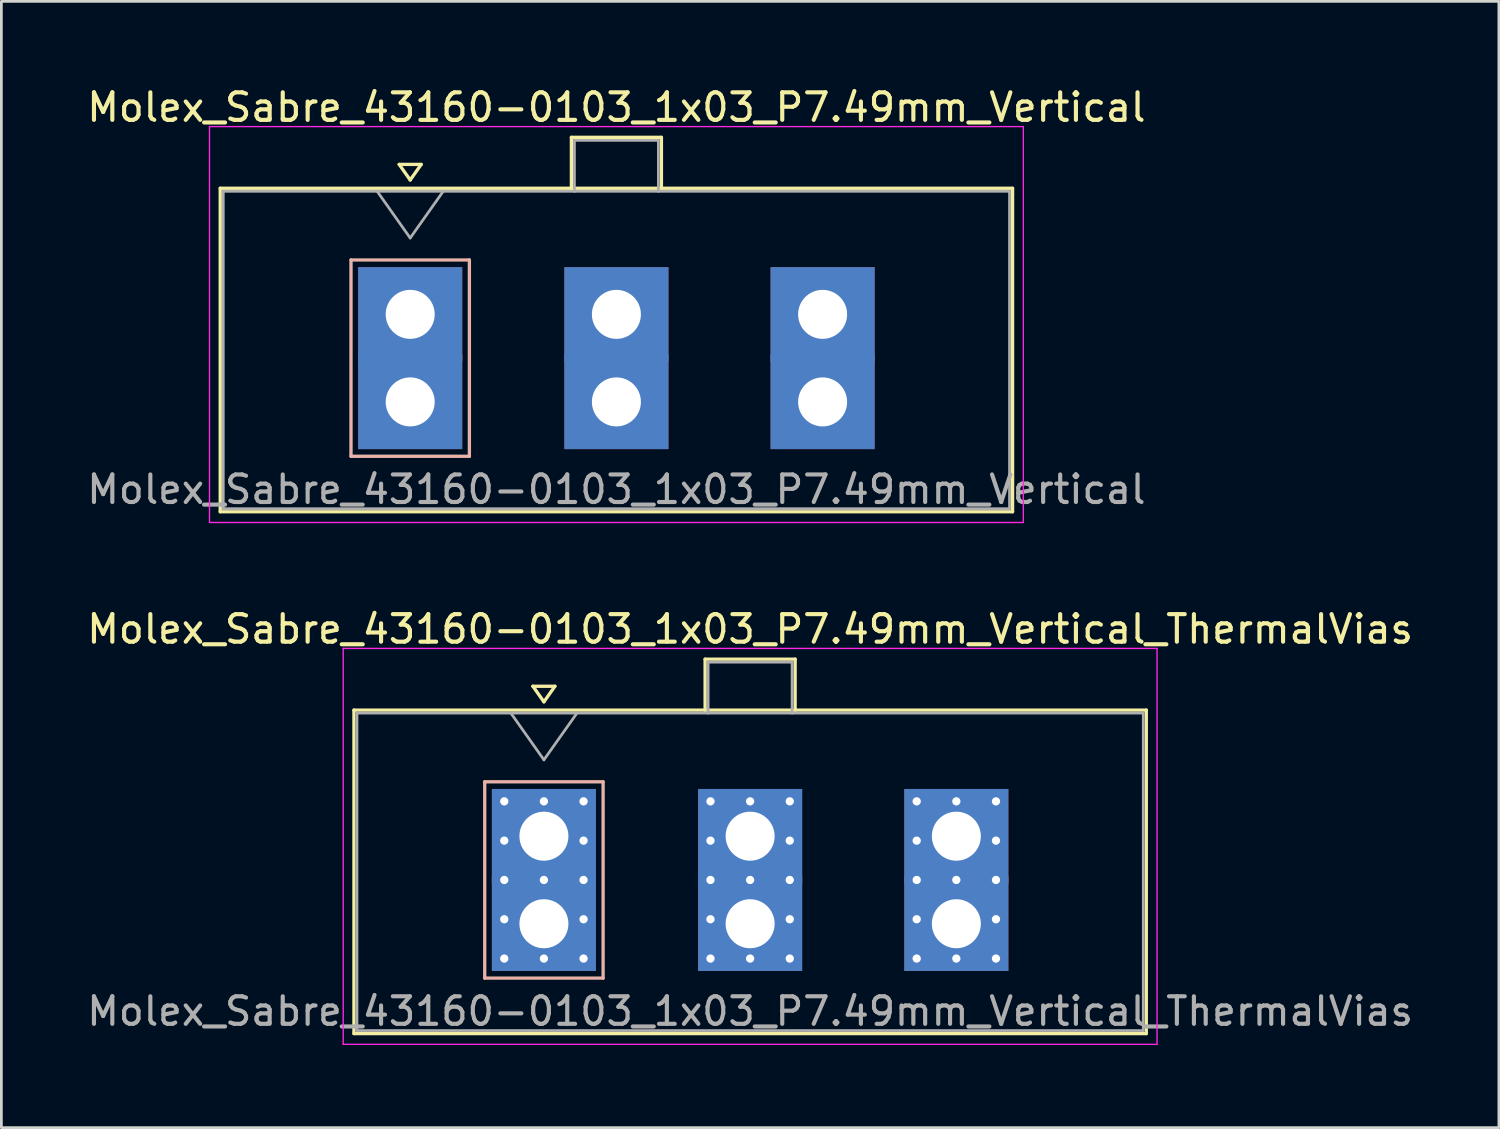
<source format=kicad_pcb>
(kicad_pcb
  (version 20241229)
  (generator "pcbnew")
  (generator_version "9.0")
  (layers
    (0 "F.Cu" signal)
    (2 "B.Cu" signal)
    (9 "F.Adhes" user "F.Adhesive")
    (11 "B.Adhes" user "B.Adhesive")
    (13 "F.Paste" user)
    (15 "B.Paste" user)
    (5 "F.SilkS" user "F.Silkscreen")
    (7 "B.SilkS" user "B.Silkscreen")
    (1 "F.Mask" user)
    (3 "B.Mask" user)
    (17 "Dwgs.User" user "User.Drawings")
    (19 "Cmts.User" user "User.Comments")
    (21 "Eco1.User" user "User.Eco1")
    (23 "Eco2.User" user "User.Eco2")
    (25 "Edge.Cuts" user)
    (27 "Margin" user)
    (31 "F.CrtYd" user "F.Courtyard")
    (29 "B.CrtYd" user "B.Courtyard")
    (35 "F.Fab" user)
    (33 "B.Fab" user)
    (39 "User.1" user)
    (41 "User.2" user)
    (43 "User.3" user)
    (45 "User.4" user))
  (footprint "Molex_Sabre_43160-0103_1x03_P7.49mm_Vertical"
    (layer "F.Cu")
    (at 11.849 11.548)
    (property "Reference" "Molex_Sabre_43160-0103_1x03_P7.49mm_Vertical" (at 7.49 -10.7 0) (layer "F.SilkS") (effects (font (size 1 1) (thickness 0.15))))
    (attr through_hole)
    (fp_line (start -6.9 -7.76) (end -6.9 3.99) (stroke (width 0.12) (type solid)) (layer "F.SilkS"))
    (fp_line (start -6.9 3.99) (end 21.88 3.99) (stroke (width 0.12) (type solid)) (layer "F.SilkS"))
    (fp_line (start -0.4 -8.626) (end 0 -8.06) (stroke (width 0.12) (type solid)) (layer "F.SilkS"))
    (fp_line (start 0 -8.06) (end 0.4 -8.626) (stroke (width 0.12) (type solid)) (layer "F.SilkS"))
    (fp_line (start 0.4 -8.626) (end -0.4 -8.626) (stroke (width 0.12) (type solid)) (layer "F.SilkS"))
    (fp_line (start 5.855 -9.61) (end 9.125 -9.61) (stroke (width 0.12) (type solid)) (layer "F.SilkS"))
    (fp_line (start 5.855 -7.76) (end 5.855 -9.61) (stroke (width 0.12) (type solid)) (layer "F.SilkS"))
    (fp_line (start 9.125 -9.61) (end 9.125 -7.76) (stroke (width 0.12) (type solid)) (layer "F.SilkS"))
    (fp_line (start 21.88 -7.76) (end -6.9 -7.76) (stroke (width 0.12) (type solid)) (layer "F.SilkS"))
    (fp_line (start 21.88 3.99) (end 21.88 -7.76) (stroke (width 0.12) (type solid)) (layer "F.SilkS"))
    (fp_line (start -2.15 -5.155) (end -2.15 1.975) (stroke (width 0.12) (type solid)) (layer "B.SilkS"))
    (fp_line (start -2.15 1.975) (end 2.15 1.975) (stroke (width 0.12) (type solid)) (layer "B.SilkS"))
    (fp_line (start 2.15 -5.155) (end -2.15 -5.155) (stroke (width 0.12) (type solid)) (layer "B.SilkS"))
    (fp_line (start 2.15 1.975) (end 2.15 -5.155) (stroke (width 0.12) (type solid)) (layer "B.SilkS"))
    (fp_line (start -7.29 -10) (end -7.29 4.38) (stroke (width 0.05) (type solid)) (layer "F.CrtYd"))
    (fp_line (start -7.29 4.38) (end 22.27 4.38) (stroke (width 0.05) (type solid)) (layer "F.CrtYd"))
    (fp_line (start 22.27 -10) (end -7.29 -10) (stroke (width 0.05) (type solid)) (layer "F.CrtYd"))
    (fp_line (start 22.27 4.38) (end 22.27 -10) (stroke (width 0.05) (type solid)) (layer "F.CrtYd"))
    (fp_line (start -6.79 -7.65) (end -6.79 3.88) (stroke (width 0.1) (type solid)) (layer "F.Fab"))
    (fp_line (start -6.79 3.88) (end 21.77 3.88) (stroke (width 0.1) (type solid)) (layer "F.Fab"))
    (fp_line (start -1.2 -7.65) (end 0 -5.953) (stroke (width 0.1) (type solid)) (layer "F.Fab"))
    (fp_line (start 0 -5.953) (end 1.2 -7.65) (stroke (width 0.1) (type solid)) (layer "F.Fab"))
    (fp_line (start 5.965 -9.5) (end 9.015 -9.5) (stroke (width 0.1) (type solid)) (layer "F.Fab"))
    (fp_line (start 5.965 -7.65) (end 5.965 -9.5) (stroke (width 0.1) (type solid)) (layer "F.Fab"))
    (fp_line (start 9.015 -9.5) (end 9.015 -7.65) (stroke (width 0.1) (type solid)) (layer "F.Fab"))
    (fp_line (start 21.77 -7.65) (end -6.79 -7.65) (stroke (width 0.1) (type solid)) (layer "F.Fab"))
    (fp_line (start 21.77 3.88) (end 21.77 -7.65) (stroke (width 0.1) (type solid)) (layer "F.Fab"))
    (fp_text user "${REFERENCE}" (at 7.49 3.18 0) (layer "F.Fab") (effects (font (size 1 1) (thickness 0.15))))
    (pad "1" thru_hole rect (at 0 -3.18) (size 3.78 3.43) (drill 1.78) (layers "*.Cu" "*.Mask"))
    (pad "1" thru_hole rect (at 0 0) (size 3.78 3.43) (drill 1.78) (layers "*.Cu" "*.Mask"))
    (pad "2" thru_hole rect (at 7.49 -3.18) (size 3.78 3.43) (drill 1.78) (layers "*.Cu" "*.Mask"))
    (pad "2" thru_hole rect (at 7.49 0) (size 3.78 3.43) (drill 1.78) (layers "*.Cu" "*.Mask"))
    (pad "3" thru_hole rect (at 14.98 -3.18) (size 3.78 3.43) (drill 1.78) (layers "*.Cu" "*.Mask"))
    (pad "3" thru_hole rect (at 14.98 0) (size 3.78 3.43) (drill 1.78) (layers "*.Cu" "*.Mask")))
  (footprint "Molex_Sabre_43160-0103_1x03_P7.49mm_Vertical_ThermalVias"
    (layer "F.Cu")
    (at 16.706 30.502)
    (property "Reference" "Molex_Sabre_43160-0103_1x03_P7.49mm_Vertical_ThermalVias" (at 7.49 -10.7 0) (layer "F.SilkS") (effects (font (size 1 1) (thickness 0.15))))
    (attr through_hole)
    (fp_line (start -6.9 -7.76) (end -6.9 3.99) (stroke (width 0.12) (type solid)) (layer "F.SilkS"))
    (fp_line (start -6.9 3.99) (end 21.88 3.99) (stroke (width 0.12) (type solid)) (layer "F.SilkS"))
    (fp_line (start -0.4 -8.626) (end 0 -8.06) (stroke (width 0.12) (type solid)) (layer "F.SilkS"))
    (fp_line (start 0 -8.06) (end 0.4 -8.626) (stroke (width 0.12) (type solid)) (layer "F.SilkS"))
    (fp_line (start 0.4 -8.626) (end -0.4 -8.626) (stroke (width 0.12) (type solid)) (layer "F.SilkS"))
    (fp_line (start 5.855 -9.61) (end 9.125 -9.61) (stroke (width 0.12) (type solid)) (layer "F.SilkS"))
    (fp_line (start 5.855 -7.76) (end 5.855 -9.61) (stroke (width 0.12) (type solid)) (layer "F.SilkS"))
    (fp_line (start 9.125 -9.61) (end 9.125 -7.76) (stroke (width 0.12) (type solid)) (layer "F.SilkS"))
    (fp_line (start 21.88 -7.76) (end -6.9 -7.76) (stroke (width 0.12) (type solid)) (layer "F.SilkS"))
    (fp_line (start 21.88 3.99) (end 21.88 -7.76) (stroke (width 0.12) (type solid)) (layer "F.SilkS"))
    (fp_line (start -2.15 -5.155) (end -2.15 1.975) (stroke (width 0.12) (type solid)) (layer "B.SilkS"))
    (fp_line (start -2.15 1.975) (end 2.15 1.975) (stroke (width 0.12) (type solid)) (layer "B.SilkS"))
    (fp_line (start 2.15 -5.155) (end -2.15 -5.155) (stroke (width 0.12) (type solid)) (layer "B.SilkS"))
    (fp_line (start 2.15 1.975) (end 2.15 -5.155) (stroke (width 0.12) (type solid)) (layer "B.SilkS"))
    (fp_line (start -7.29 -10) (end -7.29 4.38) (stroke (width 0.05) (type solid)) (layer "F.CrtYd"))
    (fp_line (start -7.29 4.38) (end 22.27 4.38) (stroke (width 0.05) (type solid)) (layer "F.CrtYd"))
    (fp_line (start 22.27 -10) (end -7.29 -10) (stroke (width 0.05) (type solid)) (layer "F.CrtYd"))
    (fp_line (start 22.27 4.38) (end 22.27 -10) (stroke (width 0.05) (type solid)) (layer "F.CrtYd"))
    (fp_line (start -6.79 -7.65) (end -6.79 3.88) (stroke (width 0.1) (type solid)) (layer "F.Fab"))
    (fp_line (start -6.79 3.88) (end 21.77 3.88) (stroke (width 0.1) (type solid)) (layer "F.Fab"))
    (fp_line (start -1.2 -7.65) (end 0 -5.953) (stroke (width 0.1) (type solid)) (layer "F.Fab"))
    (fp_line (start 0 -5.953) (end 1.2 -7.65) (stroke (width 0.1) (type solid)) (layer "F.Fab"))
    (fp_line (start 5.965 -9.5) (end 9.015 -9.5) (stroke (width 0.1) (type solid)) (layer "F.Fab"))
    (fp_line (start 5.965 -7.65) (end 5.965 -9.5) (stroke (width 0.1) (type solid)) (layer "F.Fab"))
    (fp_line (start 9.015 -9.5) (end 9.015 -7.65) (stroke (width 0.1) (type solid)) (layer "F.Fab"))
    (fp_line (start 21.77 -7.65) (end -6.79 -7.65) (stroke (width 0.1) (type solid)) (layer "F.Fab"))
    (fp_line (start 21.77 3.88) (end 21.77 -7.65) (stroke (width 0.1) (type solid)) (layer "F.Fab"))
    (fp_text user "${REFERENCE}" (at 7.49 3.18 0) (layer "F.Fab") (effects (font (size 1 1) (thickness 0.15))))
    (pad "1" thru_hole rect (at -1.44 -4.445) (size 0.6 0.6) (drill 0.3) (layers "*.Cu" "*.Mask"))
    (pad "1" thru_hole rect (at -1.44 -3.018) (size 0.6 0.6) (drill 0.3) (layers "*.Cu" "*.Mask"))
    (pad "1" thru_hole rect (at -1.44 -1.59) (size 0.6 0.6) (drill 0.3) (layers "*.Cu" "*.Mask"))
    (pad "1" thru_hole rect (at -1.44 -0.163) (size 0.6 0.6) (drill 0.3) (layers "*.Cu" "*.Mask"))
    (pad "1" thru_hole rect (at -1.44 1.265) (size 0.6 0.6) (drill 0.3) (layers "*.Cu" "*.Mask"))
    (pad "1" thru_hole rect (at 0 -4.445) (size 0.6 0.6) (drill 0.3) (layers "*.Cu" "*.Mask"))
    (pad "1" thru_hole rect (at 0 -3.18) (size 3.78 3.43) (drill 1.78) (layers "*.Cu" "*.Mask"))
    (pad "1" thru_hole rect (at 0 -1.59) (size 0.6 0.6) (drill 0.3) (layers "*.Cu" "*.Mask"))
    (pad "1" thru_hole rect (at 0 0) (size 3.78 3.43) (drill 1.78) (layers "*.Cu" "*.Mask"))
    (pad "1" thru_hole rect (at 0 1.265) (size 0.6 0.6) (drill 0.3) (layers "*.Cu" "*.Mask"))
    (pad "1" thru_hole rect (at 1.44 -4.445) (size 0.6 0.6) (drill 0.3) (layers "*.Cu" "*.Mask"))
    (pad "1" thru_hole rect (at 1.44 -3.018) (size 0.6 0.6) (drill 0.3) (layers "*.Cu" "*.Mask"))
    (pad "1" thru_hole rect (at 1.44 -1.59) (size 0.6 0.6) (drill 0.3) (layers "*.Cu" "*.Mask"))
    (pad "1" thru_hole rect (at 1.44 -0.163) (size 0.6 0.6) (drill 0.3) (layers "*.Cu" "*.Mask"))
    (pad "1" thru_hole rect (at 1.44 1.265) (size 0.6 0.6) (drill 0.3) (layers "*.Cu" "*.Mask"))
    (pad "2" thru_hole circle (at 6.05 -4.445) (size 0.6 0.6) (drill 0.3) (layers "*.Cu" "*.Mask"))
    (pad "2" thru_hole circle (at 6.05 -3.018) (size 0.6 0.6) (drill 0.3) (layers "*.Cu" "*.Mask"))
    (pad "2" thru_hole circle (at 6.05 -1.59) (size 0.6 0.6) (drill 0.3) (layers "*.Cu" "*.Mask"))
    (pad "2" thru_hole circle (at 6.05 -0.163) (size 0.6 0.6) (drill 0.3) (layers "*.Cu" "*.Mask"))
    (pad "2" thru_hole circle (at 6.05 1.265) (size 0.6 0.6) (drill 0.3) (layers "*.Cu" "*.Mask"))
    (pad "2" thru_hole circle (at 7.49 -4.445) (size 0.6 0.6) (drill 0.3) (layers "*.Cu" "*.Mask"))
    (pad "2" thru_hole rect (at 7.49 -3.18) (size 3.78 3.43) (drill 1.78) (layers "*.Cu" "*.Mask"))
    (pad "2" thru_hole circle (at 7.49 -1.59) (size 0.6 0.6) (drill 0.3) (layers "*.Cu" "*.Mask"))
    (pad "2" thru_hole rect (at 7.49 0) (size 3.78 3.43) (drill 1.78) (layers "*.Cu" "*.Mask"))
    (pad "2" thru_hole circle (at 7.49 1.265) (size 0.6 0.6) (drill 0.3) (layers "*.Cu" "*.Mask"))
    (pad "2" thru_hole circle (at 8.93 -4.445) (size 0.6 0.6) (drill 0.3) (layers "*.Cu" "*.Mask"))
    (pad "2" thru_hole circle (at 8.93 -3.018) (size 0.6 0.6) (drill 0.3) (layers "*.Cu" "*.Mask"))
    (pad "2" thru_hole circle (at 8.93 -1.59) (size 0.6 0.6) (drill 0.3) (layers "*.Cu" "*.Mask"))
    (pad "2" thru_hole circle (at 8.93 -0.163) (size 0.6 0.6) (drill 0.3) (layers "*.Cu" "*.Mask"))
    (pad "2" thru_hole circle (at 8.93 1.265) (size 0.6 0.6) (drill 0.3) (layers "*.Cu" "*.Mask"))
    (pad "3" thru_hole circle (at 13.54 -4.445) (size 0.6 0.6) (drill 0.3) (layers "*.Cu" "*.Mask"))
    (pad "3" thru_hole circle (at 13.54 -3.018) (size 0.6 0.6) (drill 0.3) (layers "*.Cu" "*.Mask"))
    (pad "3" thru_hole circle (at 13.54 -1.59) (size 0.6 0.6) (drill 0.3) (layers "*.Cu" "*.Mask"))
    (pad "3" thru_hole circle (at 13.54 -0.163) (size 0.6 0.6) (drill 0.3) (layers "*.Cu" "*.Mask"))
    (pad "3" thru_hole circle (at 13.54 1.265) (size 0.6 0.6) (drill 0.3) (layers "*.Cu" "*.Mask"))
    (pad "3" thru_hole circle (at 14.98 -4.445) (size 0.6 0.6) (drill 0.3) (layers "*.Cu" "*.Mask"))
    (pad "3" thru_hole rect (at 14.98 -3.18) (size 3.78 3.43) (drill 1.78) (layers "*.Cu" "*.Mask"))
    (pad "3" thru_hole circle (at 14.98 -1.59) (size 0.6 0.6) (drill 0.3) (layers "*.Cu" "*.Mask"))
    (pad "3" thru_hole rect (at 14.98 0) (size 3.78 3.43) (drill 1.78) (layers "*.Cu" "*.Mask"))
    (pad "3" thru_hole circle (at 14.98 1.265) (size 0.6 0.6) (drill 0.3) (layers "*.Cu" "*.Mask"))
    (pad "3" thru_hole circle (at 16.42 -4.445) (size 0.6 0.6) (drill 0.3) (layers "*.Cu" "*.Mask"))
    (pad "3" thru_hole circle (at 16.42 -3.018) (size 0.6 0.6) (drill 0.3) (layers "*.Cu" "*.Mask"))
    (pad "3" thru_hole circle (at 16.42 -1.59) (size 0.6 0.6) (drill 0.3) (layers "*.Cu" "*.Mask"))
    (pad "3" thru_hole circle (at 16.42 -0.163) (size 0.6 0.6) (drill 0.3) (layers "*.Cu" "*.Mask"))
    (pad "3" thru_hole circle (at 16.42 1.265) (size 0.6 0.6) (drill 0.3) (layers "*.Cu" "*.Mask")))
  (gr_rect
    (start -3 -3)
    (end 51.393 37.907)
    (stroke (width 0.1) (type default))
    (fill no)
    (layer "Edge.Cuts")))
</source>
